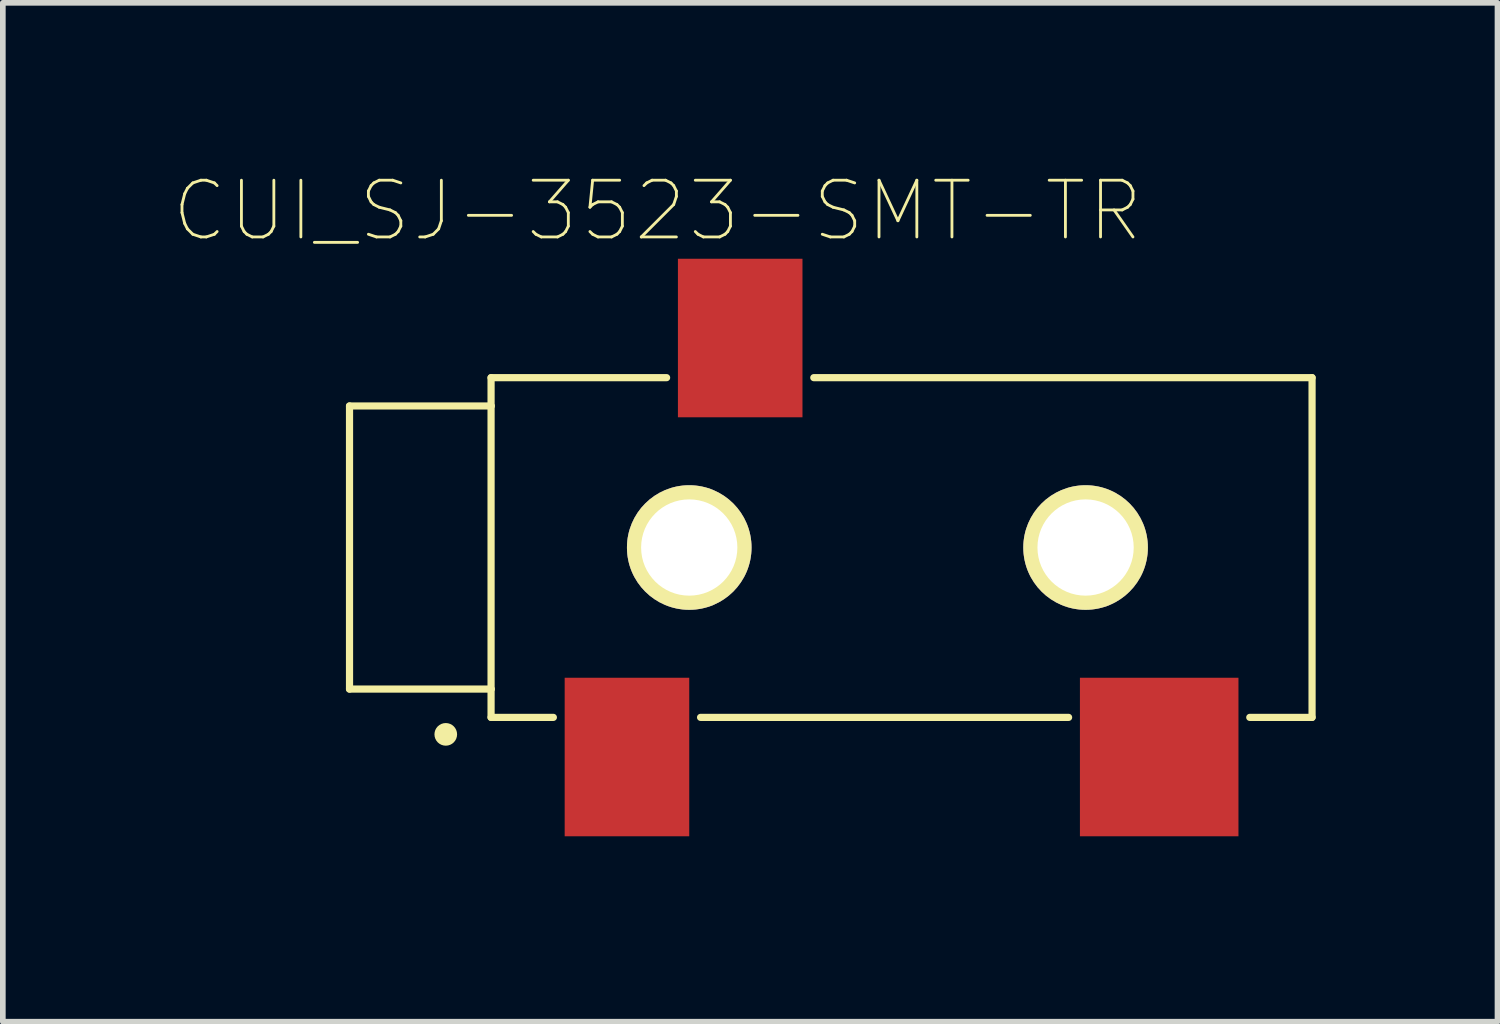
<source format=kicad_pcb>
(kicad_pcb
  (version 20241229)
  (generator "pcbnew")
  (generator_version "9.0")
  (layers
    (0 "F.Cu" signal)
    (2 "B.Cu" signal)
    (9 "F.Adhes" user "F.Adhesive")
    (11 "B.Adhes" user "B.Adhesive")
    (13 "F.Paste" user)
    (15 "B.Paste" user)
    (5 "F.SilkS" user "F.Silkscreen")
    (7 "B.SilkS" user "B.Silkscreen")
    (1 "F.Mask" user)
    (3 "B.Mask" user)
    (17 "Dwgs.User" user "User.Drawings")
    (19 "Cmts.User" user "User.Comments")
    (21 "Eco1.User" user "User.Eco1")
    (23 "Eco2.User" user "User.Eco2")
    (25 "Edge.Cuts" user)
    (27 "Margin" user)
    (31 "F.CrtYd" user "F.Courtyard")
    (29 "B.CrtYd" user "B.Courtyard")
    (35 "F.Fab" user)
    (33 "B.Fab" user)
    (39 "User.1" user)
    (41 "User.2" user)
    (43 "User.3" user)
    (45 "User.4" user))
  (footprint "CUI_SJ-3523-SMT-TR"
    (layer "F.Cu")
    (at 9.123 6.62)
    (property "Reference" "CUI_SJ-3523-SMT-TR" (at -0.561 -5.946 0) (layer "F.SilkS") (effects (font (size 1.002 1.002) (thickness 0.05))))
    (attr smd)
    (fp_line (start -6 -2.5) (end -6 2.5) (stroke (width 0.127) (type solid)) (layer "F.SilkS"))
    (fp_line (start -6 2.5) (end -3.5 2.5) (stroke (width 0.127) (type solid)) (layer "F.SilkS"))
    (fp_line (start -3.5 -3) (end -0.4 -3) (stroke (width 0.127) (type solid)) (layer "F.SilkS"))
    (fp_line (start -3.5 -2.5) (end -6 -2.5) (stroke (width 0.127) (type solid)) (layer "F.SilkS"))
    (fp_line (start -3.5 -2.5) (end -3.5 -3) (stroke (width 0.127) (type solid)) (layer "F.SilkS"))
    (fp_line (start -3.5 2.5) (end -3.5 -2.5) (stroke (width 0.127) (type solid)) (layer "F.SilkS"))
    (fp_line (start -3.5 3) (end -3.5 2.5) (stroke (width 0.127) (type solid)) (layer "F.SilkS"))
    (fp_line (start -3.5 3) (end -2.4 3) (stroke (width 0.127) (type solid)) (layer "F.SilkS"))
    (fp_line (start 0.2 3) (end 6.7 3) (stroke (width 0.127) (type solid)) (layer "F.SilkS"))
    (fp_line (start 2.2 -3) (end 11 -3) (stroke (width 0.127) (type solid)) (layer "F.SilkS"))
    (fp_line (start 9.9 3) (end 11 3) (stroke (width 0.127) (type solid)) (layer "F.SilkS"))
    (fp_line (start 11 -3) (end 11 3) (stroke (width 0.127) (type solid)) (layer "F.SilkS"))
    (fp_circle (center -4.3 3.3) (end -4.2 3.3) (stroke (width 0.2) (type solid)) (fill no) (layer "F.SilkS"))
    (fp_line (start -6.25 -2.75) (end -6.25 2.75) (stroke (width 0.05) (type solid)) (layer "Eco1.User"))
    (fp_line (start -6.25 2.75) (end -3.75 2.75) (stroke (width 0.05) (type solid)) (layer "Eco1.User"))
    (fp_line (start -3.75 -5.35) (end -3.75 -2.75) (stroke (width 0.05) (type solid)) (layer "Eco1.User"))
    (fp_line (start -3.75 -5.35) (end 11.25 -5.35) (stroke (width 0.05) (type solid)) (layer "Eco1.User"))
    (fp_line (start -3.75 -2.75) (end -6.25 -2.75) (stroke (width 0.05) (type solid)) (layer "Eco1.User"))
    (fp_line (start -3.75 2.75) (end -3.75 5.35) (stroke (width 0.05) (type solid)) (layer "Eco1.User"))
    (fp_line (start 11.25 -5.35) (end 11.25 5.35) (stroke (width 0.05) (type solid)) (layer "Eco1.User"))
    (fp_line (start 11.25 5.35) (end -3.75 5.35) (stroke (width 0.05) (type solid)) (layer "Eco1.User"))
    (fp_line (start -6 -2.5) (end -6 2.5) (stroke (width 0.127) (type solid)) (layer "Eco2.User"))
    (fp_line (start -6 2.5) (end -3.5 2.5) (stroke (width 0.127) (type solid)) (layer "Eco2.User"))
    (fp_line (start -3.5 -3) (end 11 -3) (stroke (width 0.127) (type solid)) (layer "Eco2.User"))
    (fp_line (start -3.5 -2.5) (end -6 -2.5) (stroke (width 0.127) (type solid)) (layer "Eco2.User"))
    (fp_line (start -3.5 3) (end -3.5 -3) (stroke (width 0.127) (type solid)) (layer "Eco2.User"))
    (fp_line (start 11 -3) (end 11 3) (stroke (width 0.127) (type solid)) (layer "Eco2.User"))
    (fp_line (start 11 3) (end -3.5 3) (stroke (width 0.127) (type solid)) (layer "Eco2.User"))
    (fp_circle (center -4.3 3.3) (end -4.2 3.3) (stroke (width 0.2) (type solid)) (fill no) (layer "Eco2.User"))
    (pad "" np_thru_hole circle (at 0 0) (size 2.2 2.2) (drill 1.7) (layers "*.Cu" "*.Mask" "F.SilkS"))
    (pad "" np_thru_hole circle (at 7 0) (size 2.2 2.2) (drill 1.7) (layers "*.Cu" "*.Mask" "F.SilkS"))
    (pad "1" smd rect (at -1.1 3.7) (size 2.2 2.8) (layers "F.Cu" "F.Mask" "F.Paste"))
    (pad "2" smd rect (at 8.3 3.7) (size 2.8 2.8) (layers "F.Cu" "F.Mask" "F.Paste"))
    (pad "3" smd rect (at 0.9 -3.7) (size 2.2 2.8) (layers "F.Cu" "F.Mask" "F.Paste")))
  (gr_rect
    (start -3 -3)
    (end 23.398 14.995)
    (stroke (width 0.1) (type default))
    (fill no)
    (layer "Edge.Cuts")))
</source>
